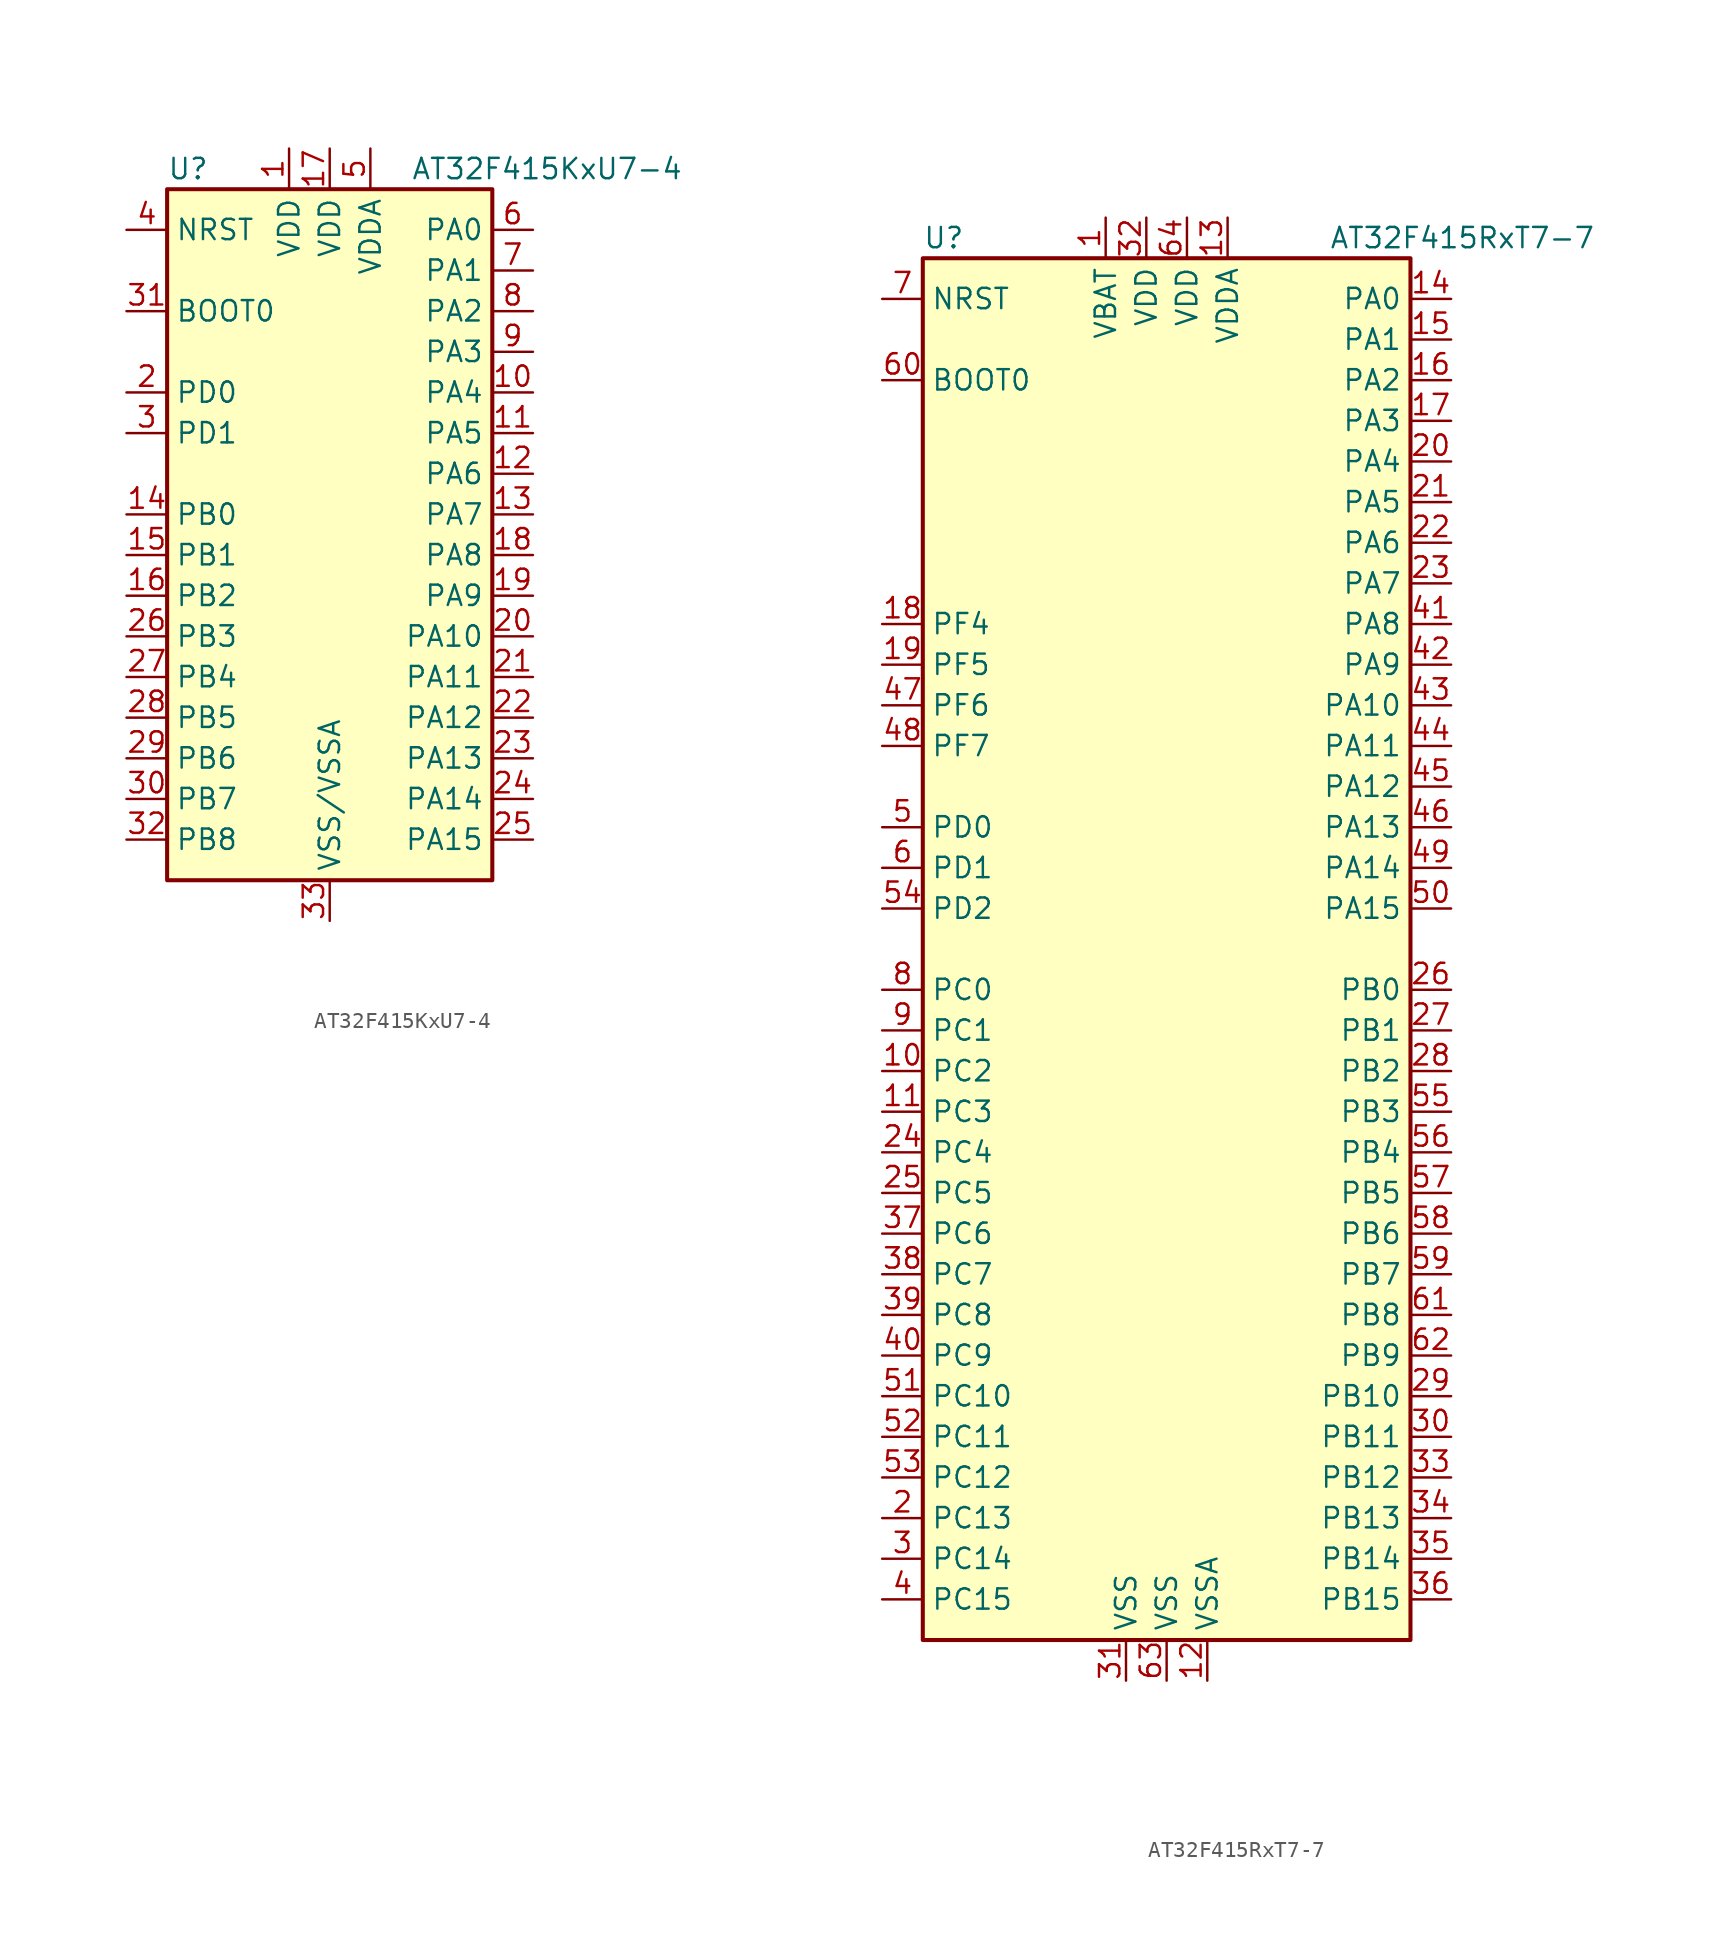
<source format=kicad_sym>
(kicad_symbol_lib
  (version 20220331)
  (generator kicad_symbol_editor)
  (symbol "AT32F415KxU7-4"
    (property "Reference" "U"
      (at -10.16 22.86 0)
      (effects (font (size 1.27 1.27)) (justify left)))
    (property "Value" "AT32F415KxU7-4"
      (at 5.08 22.86 0)
      (effects (font (size 1.27 1.27)) (justify left)))
    (symbol "AT32F415KxU7-4_0_1"
      (rectangle (start -10.16 -21.59) (end 10.16 21.59) (stroke (width 0.254) (type default)) (fill (type background))))
    (symbol "AT32F415KxU7-4_1_1"
      (pin power_in line (at -2.54 24.13 270) (length 2.54) (name "VDD" (effects (font (size 1.27 1.27)))) (number "1" (effects (font (size 1.27 1.27)))))
      (pin bidirectional line (at 12.7 8.89 180) (length 2.54) (name "PA4" (effects (font (size 1.27 1.27)))) (number "10" (effects (font (size 1.27 1.27)))))
      (pin bidirectional line (at 12.7 6.35 180) (length 2.54) (name "PA5" (effects (font (size 1.27 1.27)))) (number "11" (effects (font (size 1.27 1.27)))))
      (pin bidirectional line (at 12.7 3.81 180) (length 2.54) (name "PA6" (effects (font (size 1.27 1.27)))) (number "12" (effects (font (size 1.27 1.27)))))
      (pin bidirectional line (at 12.7 1.27 180) (length 2.54) (name "PA7" (effects (font (size 1.27 1.27)))) (number "13" (effects (font (size 1.27 1.27)))))
      (pin bidirectional line (at -12.7 1.27 0) (length 2.54) (name "PB0" (effects (font (size 1.27 1.27)))) (number "14" (effects (font (size 1.27 1.27)))))
      (pin bidirectional line (at -12.7 -1.27 0) (length 2.54) (name "PB1" (effects (font (size 1.27 1.27)))) (number "15" (effects (font (size 1.27 1.27)))))
      (pin bidirectional line (at -12.7 -3.81 0) (length 2.54) (name "PB2" (effects (font (size 1.27 1.27)))) (number "16" (effects (font (size 1.27 1.27)))))
      (pin power_in line (at 0 24.13 270) (length 2.54) (name "VDD" (effects (font (size 1.27 1.27)))) (number "17" (effects (font (size 1.27 1.27)))))
      (pin bidirectional line (at 12.7 -1.27 180) (length 2.54) (name "PA8" (effects (font (size 1.27 1.27)))) (number "18" (effects (font (size 1.27 1.27)))))
      (pin bidirectional line (at 12.7 -3.81 180) (length 2.54) (name "PA9" (effects (font (size 1.27 1.27)))) (number "19" (effects (font (size 1.27 1.27)))))
      (pin input line (at -12.7 8.89 0) (length 2.54) (name "PD0" (effects (font (size 1.27 1.27)))) (number "2" (effects (font (size 1.27 1.27)))))
      (pin bidirectional line (at 12.7 -6.35 180) (length 2.54) (name "PA10" (effects (font (size 1.27 1.27)))) (number "20" (effects (font (size 1.27 1.27)))))
      (pin bidirectional line (at 12.7 -8.89 180) (length 2.54) (name "PA11" (effects (font (size 1.27 1.27)))) (number "21" (effects (font (size 1.27 1.27)))))
      (pin bidirectional line (at 12.7 -11.43 180) (length 2.54) (name "PA12" (effects (font (size 1.27 1.27)))) (number "22" (effects (font (size 1.27 1.27)))))
      (pin bidirectional line (at 12.7 -13.97 180) (length 2.54) (name "PA13" (effects (font (size 1.27 1.27)))) (number "23" (effects (font (size 1.27 1.27)))))
      (pin bidirectional line (at 12.7 -16.51 180) (length 2.54) (name "PA14" (effects (font (size 1.27 1.27)))) (number "24" (effects (font (size 1.27 1.27)))))
      (pin bidirectional line (at 12.7 -19.05 180) (length 2.54) (name "PA15" (effects (font (size 1.27 1.27)))) (number "25" (effects (font (size 1.27 1.27)))))
      (pin bidirectional line (at -12.7 -6.35 0) (length 2.54) (name "PB3" (effects (font (size 1.27 1.27)))) (number "26" (effects (font (size 1.27 1.27)))))
      (pin bidirectional line (at -12.7 -8.89 0) (length 2.54) (name "PB4" (effects (font (size 1.27 1.27)))) (number "27" (effects (font (size 1.27 1.27)))))
      (pin bidirectional line (at -12.7 -11.43 0) (length 2.54) (name "PB5" (effects (font (size 1.27 1.27)))) (number "28" (effects (font (size 1.27 1.27)))))
      (pin bidirectional line (at -12.7 -13.97 0) (length 2.54) (name "PB6" (effects (font (size 1.27 1.27)))) (number "29" (effects (font (size 1.27 1.27)))))
      (pin input line (at -12.7 6.35 0) (length 2.54) (name "PD1" (effects (font (size 1.27 1.27)))) (number "3" (effects (font (size 1.27 1.27)))))
      (pin bidirectional line (at -12.7 -16.51 0) (length 2.54) (name "PB7" (effects (font (size 1.27 1.27)))) (number "30" (effects (font (size 1.27 1.27)))))
      (pin input line (at -12.7 13.97 0) (length 2.54) (name "BOOT0" (effects (font (size 1.27 1.27)))) (number "31" (effects (font (size 1.27 1.27)))))
      (pin bidirectional line (at -12.7 -19.05 0) (length 2.54) (name "PB8" (effects (font (size 1.27 1.27)))) (number "32" (effects (font (size 1.27 1.27)))))
      (pin power_in line (at 0 -24.13 90) (length 2.54) (name "VSS/VSSA" (effects (font (size 1.27 1.27)))) (number "33" (effects (font (size 1.27 1.27)))))
      (pin input line (at -12.7 19.05 0) (length 2.54) (name "NRST" (effects (font (size 1.27 1.27)))) (number "4" (effects (font (size 1.27 1.27)))))
      (pin power_in line (at 2.54 24.13 270) (length 2.54) (name "VDDA" (effects (font (size 1.27 1.27)))) (number "5" (effects (font (size 1.27 1.27)))))
      (pin bidirectional line (at 12.7 19.05 180) (length 2.54) (name "PA0" (effects (font (size 1.27 1.27)))) (number "6" (effects (font (size 1.27 1.27)))))
      (pin bidirectional line (at 12.7 16.51 180) (length 2.54) (name "PA1" (effects (font (size 1.27 1.27)))) (number "7" (effects (font (size 1.27 1.27)))))
      (pin bidirectional line (at 12.7 13.97 180) (length 2.54) (name "PA2" (effects (font (size 1.27 1.27)))) (number "8" (effects (font (size 1.27 1.27)))))
      (pin bidirectional line (at 12.7 11.43 180) (length 2.54) (name "PA3" (effects (font (size 1.27 1.27)))) (number "9" (effects (font (size 1.27 1.27)))))))
  (symbol "AT32F415RxT7-7"
    (property "Reference" "U"
      (at -15.24 44.45 0)
      (effects (font (size 1.27 1.27)) (justify left)))
    (property "Value" "AT32F415RxT7-7"
      (at 10.16 44.45 0)
      (effects (font (size 1.27 1.27)) (justify left)))
    (symbol "AT32F415RxT7-7_0_1"
      (rectangle (start -15.24 -43.18) (end 15.24 43.18) (stroke (width 0.254) (type default)) (fill (type background))))
    (symbol "AT32F415RxT7-7_1_1"
      (pin power_in line (at -3.81 45.72 270) (length 2.54) (name "VBAT" (effects (font (size 1.27 1.27)))) (number "1" (effects (font (size 1.27 1.27)))))
      (pin bidirectional line (at -17.78 -7.62 0) (length 2.54) (name "PC2" (effects (font (size 1.27 1.27)))) (number "10" (effects (font (size 1.27 1.27)))))
      (pin bidirectional line (at -17.78 -10.16 0) (length 2.54) (name "PC3" (effects (font (size 1.27 1.27)))) (number "11" (effects (font (size 1.27 1.27)))))
      (pin power_in line (at 2.54 -45.72 90) (length 2.54) (name "VSSA" (effects (font (size 1.27 1.27)))) (number "12" (effects (font (size 1.27 1.27)))))
      (pin power_in line (at 3.81 45.72 270) (length 2.54) (name "VDDA" (effects (font (size 1.27 1.27)))) (number "13" (effects (font (size 1.27 1.27)))))
      (pin bidirectional line (at 17.78 40.64 180) (length 2.54) (name "PA0" (effects (font (size 1.27 1.27)))) (number "14" (effects (font (size 1.27 1.27)))))
      (pin bidirectional line (at 17.78 38.1 180) (length 2.54) (name "PA1" (effects (font (size 1.27 1.27)))) (number "15" (effects (font (size 1.27 1.27)))))
      (pin bidirectional line (at 17.78 35.56 180) (length 2.54) (name "PA2" (effects (font (size 1.27 1.27)))) (number "16" (effects (font (size 1.27 1.27)))))
      (pin bidirectional line (at 17.78 33.02 180) (length 2.54) (name "PA3" (effects (font (size 1.27 1.27)))) (number "17" (effects (font (size 1.27 1.27)))))
      (pin bidirectional line (at -17.78 20.32 0) (length 2.54) (name "PF4" (effects (font (size 1.27 1.27)))) (number "18" (effects (font (size 1.27 1.27)))))
      (pin bidirectional line (at -17.78 17.78 0) (length 2.54) (name "PF5" (effects (font (size 1.27 1.27)))) (number "19" (effects (font (size 1.27 1.27)))))
      (pin bidirectional line (at -17.78 -35.56 0) (length 2.54) (name "PC13" (effects (font (size 1.27 1.27)))) (number "2" (effects (font (size 1.27 1.27)))))
      (pin bidirectional line (at 17.78 30.48 180) (length 2.54) (name "PA4" (effects (font (size 1.27 1.27)))) (number "20" (effects (font (size 1.27 1.27)))))
      (pin bidirectional line (at 17.78 27.94 180) (length 2.54) (name "PA5" (effects (font (size 1.27 1.27)))) (number "21" (effects (font (size 1.27 1.27)))))
      (pin bidirectional line (at 17.78 25.4 180) (length 2.54) (name "PA6" (effects (font (size 1.27 1.27)))) (number "22" (effects (font (size 1.27 1.27)))))
      (pin bidirectional line (at 17.78 22.86 180) (length 2.54) (name "PA7" (effects (font (size 1.27 1.27)))) (number "23" (effects (font (size 1.27 1.27)))))
      (pin bidirectional line (at -17.78 -12.7 0) (length 2.54) (name "PC4" (effects (font (size 1.27 1.27)))) (number "24" (effects (font (size 1.27 1.27)))))
      (pin bidirectional line (at -17.78 -15.24 0) (length 2.54) (name "PC5" (effects (font (size 1.27 1.27)))) (number "25" (effects (font (size 1.27 1.27)))))
      (pin bidirectional line (at 17.78 -2.54 180) (length 2.54) (name "PB0" (effects (font (size 1.27 1.27)))) (number "26" (effects (font (size 1.27 1.27)))))
      (pin bidirectional line (at 17.78 -5.08 180) (length 2.54) (name "PB1" (effects (font (size 1.27 1.27)))) (number "27" (effects (font (size 1.27 1.27)))))
      (pin bidirectional line (at 17.78 -7.62 180) (length 2.54) (name "PB2" (effects (font (size 1.27 1.27)))) (number "28" (effects (font (size 1.27 1.27)))))
      (pin bidirectional line (at 17.78 -27.94 180) (length 2.54) (name "PB10" (effects (font (size 1.27 1.27)))) (number "29" (effects (font (size 1.27 1.27)))))
      (pin bidirectional line (at -17.78 -38.1 0) (length 2.54) (name "PC14" (effects (font (size 1.27 1.27)))) (number "3" (effects (font (size 1.27 1.27)))))
      (pin bidirectional line (at 17.78 -30.48 180) (length 2.54) (name "PB11" (effects (font (size 1.27 1.27)))) (number "30" (effects (font (size 1.27 1.27)))))
      (pin power_in line (at -2.54 -45.72 90) (length 2.54) (name "VSS" (effects (font (size 1.27 1.27)))) (number "31" (effects (font (size 1.27 1.27)))))
      (pin power_in line (at -1.27 45.72 270) (length 2.54) (name "VDD" (effects (font (size 1.27 1.27)))) (number "32" (effects (font (size 1.27 1.27)))))
      (pin bidirectional line (at 17.78 -33.02 180) (length 2.54) (name "PB12" (effects (font (size 1.27 1.27)))) (number "33" (effects (font (size 1.27 1.27)))))
      (pin bidirectional line (at 17.78 -35.56 180) (length 2.54) (name "PB13" (effects (font (size 1.27 1.27)))) (number "34" (effects (font (size 1.27 1.27)))))
      (pin bidirectional line (at 17.78 -38.1 180) (length 2.54) (name "PB14" (effects (font (size 1.27 1.27)))) (number "35" (effects (font (size 1.27 1.27)))))
      (pin bidirectional line (at 17.78 -40.64 180) (length 2.54) (name "PB15" (effects (font (size 1.27 1.27)))) (number "36" (effects (font (size 1.27 1.27)))))
      (pin bidirectional line (at -17.78 -17.78 0) (length 2.54) (name "PC6" (effects (font (size 1.27 1.27)))) (number "37" (effects (font (size 1.27 1.27)))))
      (pin bidirectional line (at -17.78 -20.32 0) (length 2.54) (name "PC7" (effects (font (size 1.27 1.27)))) (number "38" (effects (font (size 1.27 1.27)))))
      (pin bidirectional line (at -17.78 -22.86 0) (length 2.54) (name "PC8" (effects (font (size 1.27 1.27)))) (number "39" (effects (font (size 1.27 1.27)))))
      (pin bidirectional line (at -17.78 -40.64 0) (length 2.54) (name "PC15" (effects (font (size 1.27 1.27)))) (number "4" (effects (font (size 1.27 1.27)))))
      (pin bidirectional line (at -17.78 -25.4 0) (length 2.54) (name "PC9" (effects (font (size 1.27 1.27)))) (number "40" (effects (font (size 1.27 1.27)))))
      (pin bidirectional line (at 17.78 20.32 180) (length 2.54) (name "PA8" (effects (font (size 1.27 1.27)))) (number "41" (effects (font (size 1.27 1.27)))))
      (pin bidirectional line (at 17.78 17.78 180) (length 2.54) (name "PA9" (effects (font (size 1.27 1.27)))) (number "42" (effects (font (size 1.27 1.27)))))
      (pin bidirectional line (at 17.78 15.24 180) (length 2.54) (name "PA10" (effects (font (size 1.27 1.27)))) (number "43" (effects (font (size 1.27 1.27)))))
      (pin bidirectional line (at 17.78 12.7 180) (length 2.54) (name "PA11" (effects (font (size 1.27 1.27)))) (number "44" (effects (font (size 1.27 1.27)))))
      (pin bidirectional line (at 17.78 10.16 180) (length 2.54) (name "PA12" (effects (font (size 1.27 1.27)))) (number "45" (effects (font (size 1.27 1.27)))))
      (pin bidirectional line (at 17.78 7.62 180) (length 2.54) (name "PA13" (effects (font (size 1.27 1.27)))) (number "46" (effects (font (size 1.27 1.27)))))
      (pin bidirectional line (at -17.78 15.24 0) (length 2.54) (name "PF6" (effects (font (size 1.27 1.27)))) (number "47" (effects (font (size 1.27 1.27)))))
      (pin bidirectional line (at -17.78 12.7 0) (length 2.54) (name "PF7" (effects (font (size 1.27 1.27)))) (number "48" (effects (font (size 1.27 1.27)))))
      (pin bidirectional line (at 17.78 5.08 180) (length 2.54) (name "PA14" (effects (font (size 1.27 1.27)))) (number "49" (effects (font (size 1.27 1.27)))))
      (pin input line (at -17.78 7.62 0) (length 2.54) (name "PD0" (effects (font (size 1.27 1.27)))) (number "5" (effects (font (size 1.27 1.27)))))
      (pin bidirectional line (at 17.78 2.54 180) (length 2.54) (name "PA15" (effects (font (size 1.27 1.27)))) (number "50" (effects (font (size 1.27 1.27)))))
      (pin bidirectional line (at -17.78 -27.94 0) (length 2.54) (name "PC10" (effects (font (size 1.27 1.27)))) (number "51" (effects (font (size 1.27 1.27)))))
      (pin bidirectional line (at -17.78 -30.48 0) (length 2.54) (name "PC11" (effects (font (size 1.27 1.27)))) (number "52" (effects (font (size 1.27 1.27)))))
      (pin bidirectional line (at -17.78 -33.02 0) (length 2.54) (name "PC12" (effects (font (size 1.27 1.27)))) (number "53" (effects (font (size 1.27 1.27)))))
      (pin bidirectional line (at -17.78 2.54 0) (length 2.54) (name "PD2" (effects (font (size 1.27 1.27)))) (number "54" (effects (font (size 1.27 1.27)))))
      (pin bidirectional line (at 17.78 -10.16 180) (length 2.54) (name "PB3" (effects (font (size 1.27 1.27)))) (number "55" (effects (font (size 1.27 1.27)))))
      (pin bidirectional line (at 17.78 -12.7 180) (length 2.54) (name "PB4" (effects (font (size 1.27 1.27)))) (number "56" (effects (font (size 1.27 1.27)))))
      (pin bidirectional line (at 17.78 -15.24 180) (length 2.54) (name "PB5" (effects (font (size 1.27 1.27)))) (number "57" (effects (font (size 1.27 1.27)))))
      (pin bidirectional line (at 17.78 -17.78 180) (length 2.54) (name "PB6" (effects (font (size 1.27 1.27)))) (number "58" (effects (font (size 1.27 1.27)))))
      (pin bidirectional line (at 17.78 -20.32 180) (length 2.54) (name "PB7" (effects (font (size 1.27 1.27)))) (number "59" (effects (font (size 1.27 1.27)))))
      (pin input line (at -17.78 5.08 0) (length 2.54) (name "PD1" (effects (font (size 1.27 1.27)))) (number "6" (effects (font (size 1.27 1.27)))))
      (pin input line (at -17.78 35.56 0) (length 2.54) (name "BOOT0" (effects (font (size 1.27 1.27)))) (number "60" (effects (font (size 1.27 1.27)))))
      (pin bidirectional line (at 17.78 -22.86 180) (length 2.54) (name "PB8" (effects (font (size 1.27 1.27)))) (number "61" (effects (font (size 1.27 1.27)))))
      (pin bidirectional line (at 17.78 -25.4 180) (length 2.54) (name "PB9" (effects (font (size 1.27 1.27)))) (number "62" (effects (font (size 1.27 1.27)))))
      (pin power_in line (at 0 -45.72 90) (length 2.54) (name "VSS" (effects (font (size 1.27 1.27)))) (number "63" (effects (font (size 1.27 1.27)))))
      (pin power_in line (at 1.27 45.72 270) (length 2.54) (name "VDD" (effects (font (size 1.27 1.27)))) (number "64" (effects (font (size 1.27 1.27)))))
      (pin input line (at -17.78 40.64 0) (length 2.54) (name "NRST" (effects (font (size 1.27 1.27)))) (number "7" (effects (font (size 1.27 1.27)))))
      (pin bidirectional line (at -17.78 -2.54 0) (length 2.54) (name "PC0" (effects (font (size 1.27 1.27)))) (number "8" (effects (font (size 1.27 1.27)))))
      (pin bidirectional line (at -17.78 -5.08 0) (length 2.54) (name "PC1" (effects (font (size 1.27 1.27)))) (number "9" (effects (font (size 1.27 1.27))))))))
</source>
